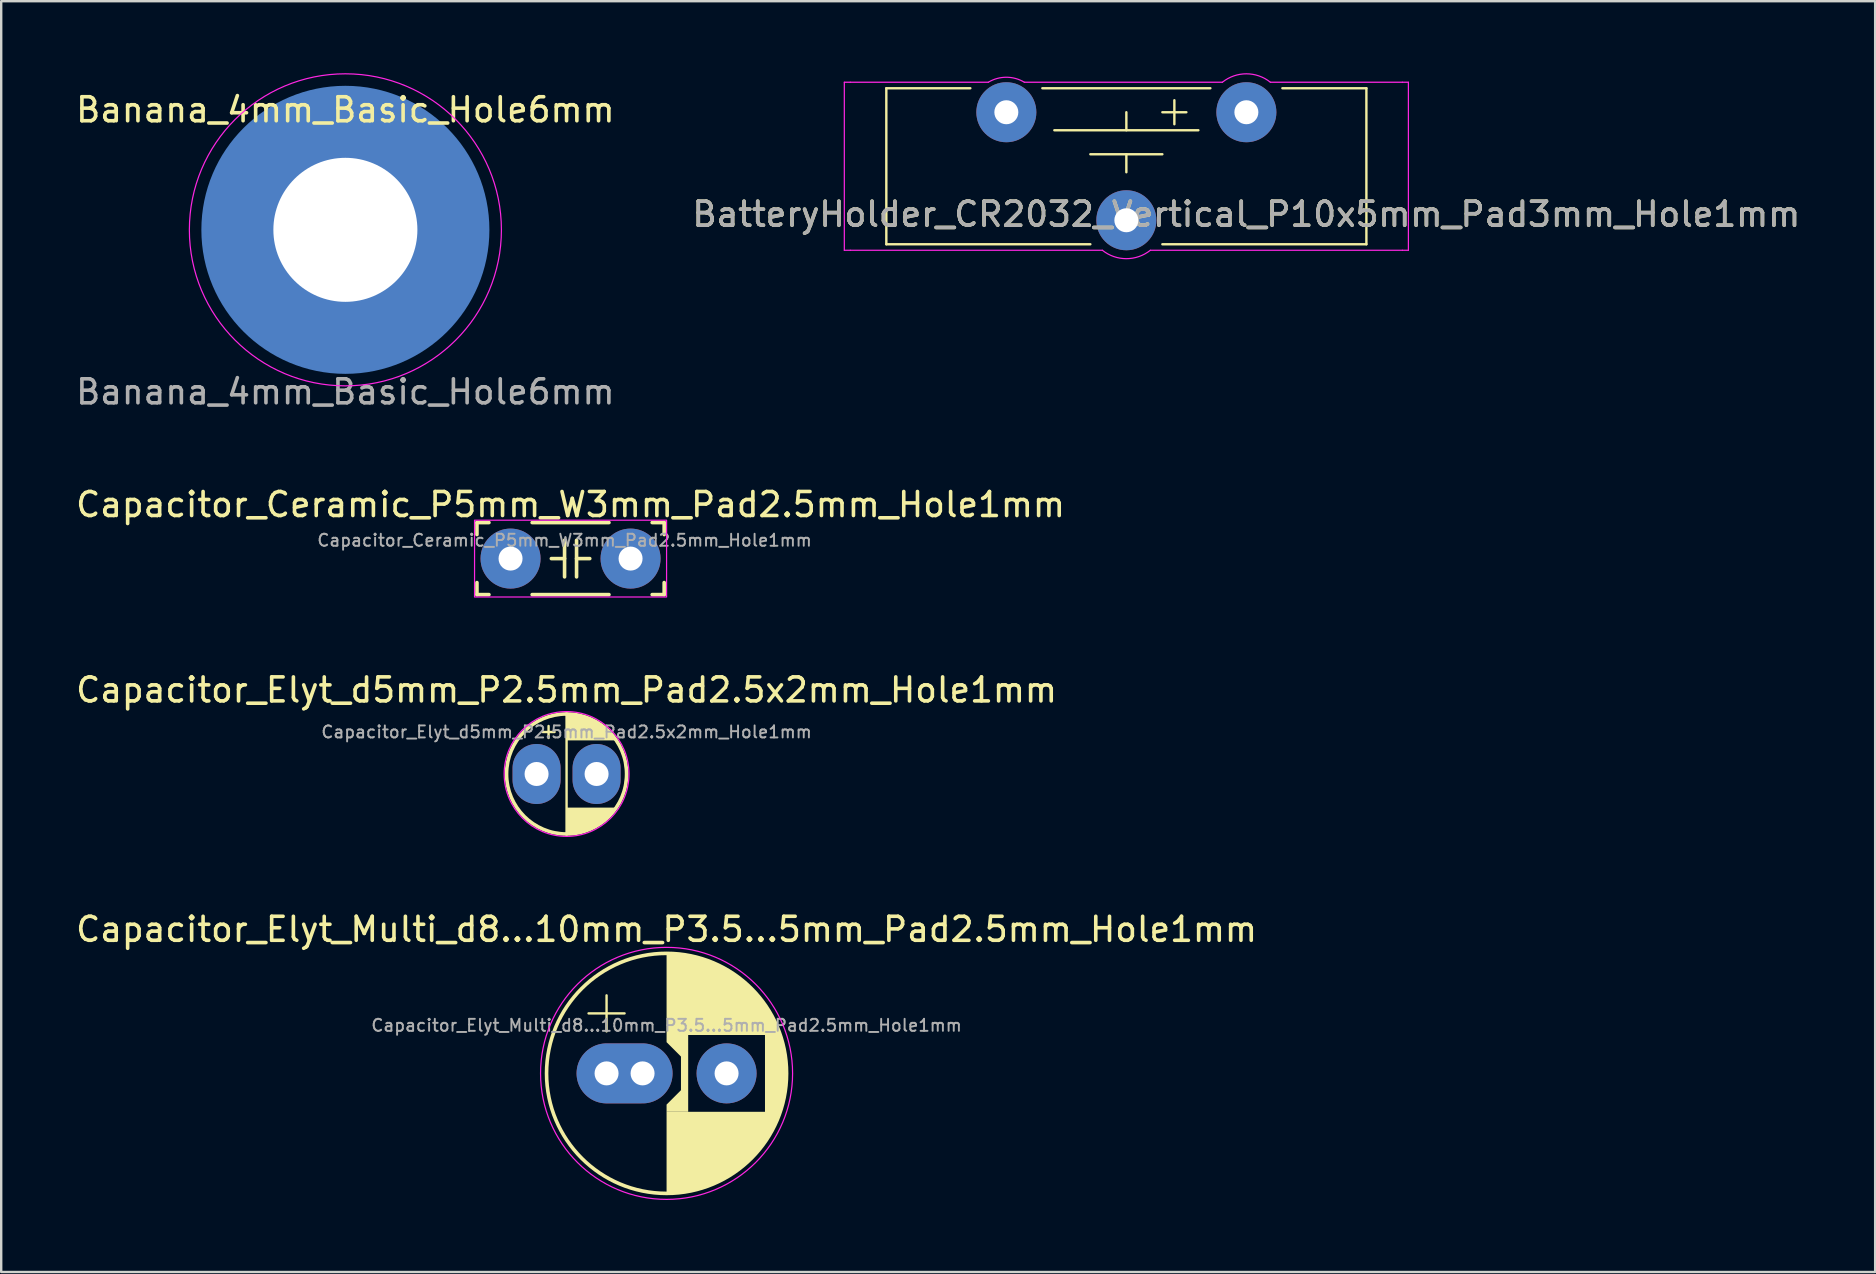
<source format=kicad_pcb>
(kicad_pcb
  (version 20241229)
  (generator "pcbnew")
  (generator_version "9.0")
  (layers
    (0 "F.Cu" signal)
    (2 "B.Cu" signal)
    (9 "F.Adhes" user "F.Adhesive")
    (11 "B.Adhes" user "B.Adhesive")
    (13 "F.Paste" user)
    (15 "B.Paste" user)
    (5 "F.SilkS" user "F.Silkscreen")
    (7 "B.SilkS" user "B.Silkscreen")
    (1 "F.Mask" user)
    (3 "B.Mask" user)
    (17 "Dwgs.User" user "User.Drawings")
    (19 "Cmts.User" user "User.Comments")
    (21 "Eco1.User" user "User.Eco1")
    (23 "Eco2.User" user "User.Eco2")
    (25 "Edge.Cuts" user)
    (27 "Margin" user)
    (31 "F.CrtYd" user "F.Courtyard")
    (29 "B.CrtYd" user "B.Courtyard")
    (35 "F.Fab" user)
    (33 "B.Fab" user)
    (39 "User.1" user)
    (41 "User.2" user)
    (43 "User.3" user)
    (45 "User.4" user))
  (footprint "Banana_4mm_Basic_Hole6mm"
    (layer "F.Cu")
    (at 11.339 6.525)
    (property "Reference" "Banana_4mm_Basic_Hole6mm" (at 0 -5 0) (unlocked yes) (layer "F.SilkS") (effects (font (size 1 1) (thickness 0.15))))
    (fp_circle (center 0 0) (end 6.5 0) (stroke (width 0.05) (type default)) (fill no) (layer "F.CrtYd"))
    (fp_text user "${REFERENCE}" (at 0 6.75 0) (unlocked yes) (layer "F.Fab") (effects (font (size 1 1) (thickness 0.15))))
    (pad "1" thru_hole circle (at 0 0) (size 8 8) (drill 6) (layers "*.Cu" "*.Mask"))
    (pad "1" smd circle (at 0 0) (size 12 12) (layers "B.Cu" "B.Mask" "B.Paste")))
  (footprint "BatteryHolder_CR2032_Vertical_P10x5mm_Pad3mm_Hole1mm"
    (layer "F.Cu")
    (at 38.875 1.626)
    (property "Reference" "BatteryHolder_CR2032_Vertical_P10x5mm_Pad3mm_Hole1mm" (at 10 4.25 0) (layer "F.SilkS") (effects (font (size 1 1) (thickness 0.15))))
    (attr through_hole)
    (fp_line (start -5 -1) (end -5 5.5) (stroke (width 0.1) (type default)) (layer "F.SilkS"))
    (fp_line (start -5 5.5) (end 3.5 5.5) (stroke (width 0.1) (type default)) (layer "F.SilkS"))
    (fp_line (start -1.5 -1) (end -5 -1) (stroke (width 0.1) (type default)) (layer "F.SilkS"))
    (fp_line (start 1.5 -1) (end 8.5 -1) (stroke (width 0.1) (type default)) (layer "F.SilkS"))
    (fp_line (start 2 0.75) (end 8 0.75) (stroke (width 0.1) (type default)) (layer "F.SilkS"))
    (fp_line (start 3.5 1.75) (end 6.5 1.75) (stroke (width 0.1) (type default)) (layer "F.SilkS"))
    (fp_line (start 5 0.75) (end 5 0) (stroke (width 0.1) (type default)) (layer "F.SilkS"))
    (fp_line (start 5 1.75) (end 5 2.5) (stroke (width 0.1) (type default)) (layer "F.SilkS"))
    (fp_line (start 6.5 0) (end 7.5 0) (stroke (width 0.1) (type default)) (layer "F.SilkS"))
    (fp_line (start 6.5 5.5) (end 15 5.5) (stroke (width 0.1) (type default)) (layer "F.SilkS"))
    (fp_line (start 7 -0.5) (end 7 0.5) (stroke (width 0.1) (type default)) (layer "F.SilkS"))
    (fp_line (start 15 -1) (end 11.5 -1) (stroke (width 0.1) (type default)) (layer "F.SilkS"))
    (fp_line (start 15 -1) (end 15 5.5) (stroke (width 0.1) (type default)) (layer "F.SilkS"))
    (fp_line (start -6.75 -1.25) (end -6.75 5.75) (stroke (width 0.05) (type default)) (layer "F.CrtYd"))
    (fp_line (start -6.75 5.75) (end -6.5 5.75) (stroke (width 0.05) (type default)) (layer "F.CrtYd"))
    (fp_line (start -6.5 -1.25) (end -6.75 -1.25) (stroke (width 0.05) (type default)) (layer "F.CrtYd"))
    (fp_line (start -6.5 -1.25) (end -0.75 -1.25) (stroke (width 0.05) (type default)) (layer "F.CrtYd"))
    (fp_line (start -6.5 5.75) (end 4 5.75) (stroke (width 0.05) (type default)) (layer "F.CrtYd"))
    (fp_line (start 0.75 -1.25) (end 9 -1.25) (stroke (width 0.05) (type default)) (layer "F.CrtYd"))
    (fp_line (start 6 5.75) (end 16.5 5.75) (stroke (width 0.05) (type default)) (layer "F.CrtYd"))
    (fp_line (start 11 -1.25) (end 16.5 -1.25) (stroke (width 0.05) (type default)) (layer "F.CrtYd"))
    (fp_line (start 16.5 -1.25) (end 16.75 -1.25) (stroke (width 0.05) (type default)) (layer "F.CrtYd"))
    (fp_line (start 16.75 -1.25) (end 16.75 5.75) (stroke (width 0.05) (type default)) (layer "F.CrtYd"))
    (fp_line (start 16.75 5.75) (end 16.5 5.75) (stroke (width 0.05) (type default)) (layer "F.CrtYd"))
    (fp_arc (start -0.749999 -1.249999) (mid 0 -1.457737) (end 0.749999 -1.249999) (stroke (width 0.05) (type default)) (layer "F.CrtYd"))
    (fp_arc (start 6 5.75) (mid 5 6.100781) (end 4 5.75) (stroke (width 0.05) (type default)) (layer "F.CrtYd"))
    (fp_arc (start 9 -1.25) (mid 10 -1.600781) (end 11 -1.25) (stroke (width 0.05) (type default)) (layer "F.CrtYd"))
    (fp_text user "${REFERENCE}" (at 10 4.25 0) (layer "F.Fab") (effects (font (size 1 1) (thickness 0.15))))
    (pad "1" thru_hole circle (at 0 0) (size 2.5 2.5) (drill 1) (layers "*.Cu" "*.Mask"))
    (pad "1" thru_hole circle (at 10 0) (size 2.5 2.5) (drill 1) (layers "*.Cu" "*.Mask"))
    (pad "2" thru_hole circle (at 5 4.5) (size 2.5 2.5) (drill 1) (layers "*.Cu" "*.Mask")))
  (footprint "Capacitor_Ceramic_P5mm_W3mm_Pad2.5mm_Hole1mm"
    (layer "F.Cu")
    (at 18.22 20.221)
    (property "Reference" "Capacitor_Ceramic_P5mm_W3mm_Pad2.5mm_Hole1mm" (at 2.5 -2.25 0) (layer "F.SilkS") (effects (font (size 1 1) (thickness 0.15))))
    (attr through_hole)
    (fp_line (start -1.4 -1.5) (end -1.4 -1) (stroke (width 0.15) (type default)) (layer "F.SilkS"))
    (fp_line (start -1.4 1) (end -1.4 1.5) (stroke (width 0.15) (type default)) (layer "F.SilkS"))
    (fp_line (start -1.4 1.5) (end -0.9 1.5) (stroke (width 0.15) (type default)) (layer "F.SilkS"))
    (fp_line (start -0.9 -1.5) (end -1.4 -1.5) (stroke (width 0.15) (type default)) (layer "F.SilkS"))
    (fp_line (start 0.9 -1.5) (end 4.1 -1.5) (stroke (width 0.15) (type default)) (layer "F.SilkS"))
    (fp_line (start 0.9 1.5) (end 4.1 1.5) (stroke (width 0.15) (type default)) (layer "F.SilkS"))
    (fp_line (start 1.7 0) (end 2.25 0) (stroke (width 0.15) (type default)) (layer "F.SilkS"))
    (fp_line (start 2.25 0.762) (end 2.25 -0.762) (stroke (width 0.15) (type default)) (layer "F.SilkS"))
    (fp_line (start 2.75 -0.762) (end 2.75 0.762) (stroke (width 0.15) (type default)) (layer "F.SilkS"))
    (fp_line (start 3.3 0) (end 2.75 0) (stroke (width 0.15) (type default)) (layer "F.SilkS"))
    (fp_line (start 5.9 1.5) (end 6.4 1.5) (stroke (width 0.15) (type default)) (layer "F.SilkS"))
    (fp_line (start 6.4 -1.5) (end 5.9 -1.5) (stroke (width 0.15) (type default)) (layer "F.SilkS"))
    (fp_line (start 6.4 -1) (end 6.4 -1.5) (stroke (width 0.15) (type default)) (layer "F.SilkS"))
    (fp_line (start 6.4 1.5) (end 6.4 1) (stroke (width 0.15) (type default)) (layer "F.SilkS"))
    (fp_rect (start -1.5 -1.6) (end 6.5 1.6) (stroke (width 0.05) (type default)) (fill no) (layer "F.CrtYd"))
    (fp_text user "${REFERENCE}" (at 2.25 -0.762 0) (layer "F.Fab") (effects (font (size 0.5 0.5) (thickness 0.08))))
    (pad "1" thru_hole circle (at 0 0 90) (size 2.5 2.5) (drill 1) (layers "*.Cu" "*.Mask"))
    (pad "2" thru_hole circle (at 5 0 90) (size 2.5 2.5) (drill 1) (layers "*.Cu" "*.Mask")))
  (footprint "Capacitor_Elyt_d5mm_P2.5mm_Pad2.5x2mm_Hole1mm"
    (layer "F.Cu")
    (at 19.304 29.195)
    (property "Reference" "Capacitor_Elyt_d5mm_P2.5mm_Pad2.5x2mm_Hole1mm" (at 1.25 -3.5 0) (layer "F.SilkS") (effects (font (size 1 1) (thickness 0.15))))
    (attr through_hole)
    (fp_line (start 0.5 -2) (end 0.5 -1.5) (stroke (width 0.1) (type default)) (layer "F.SilkS"))
    (fp_line (start 0.75 -1.75) (end 0.25 -1.75) (stroke (width 0.1) (type default)) (layer "F.SilkS"))
    (fp_line (start 1.25 2.5) (end 1.25 -2.5) (stroke (width 0.1) (type default)) (layer "F.SilkS"))
    (fp_arc (start 1.25 -2.5) (mid 3.75 0) (end 1.25 2.5) (stroke (width 0.15) (type default)) (layer "F.SilkS"))
    (fp_arc (start 1.25 2.5) (mid -1.25 0) (end 1.25 -2.5) (stroke (width 0.15) (type default)) (layer "F.SilkS"))
    (fp_poly (pts (xy 1.25 -1.4) (xy 1.25 -2.5) (xy 1.407 -2.498) (xy 1.719 -2.458) (xy 2.023 -2.38) (xy 2.316 -2.264) (xy 2.591 -2.113) (xy 2.845 -1.928) (xy 3.074 -1.713) (xy 3.275 -1.471) (xy 3.443 -1.206) (xy 3.577 -0.921) (xy 3.674 -0.622) (xy 3.733 -0.314) (xy 3.752 0) (xy 3.733 0.314) (xy 3.674 0.622) (xy 3.577 0.921) (xy 3.443 1.206) (xy 3.275 1.471) (xy 3.074 1.713) (xy 2.845 1.928) (xy 2.591 2.113) (xy 2.316 2.264) (xy 2.023 2.38) (xy 1.719 2.458) (xy 1.407 2.498) (xy 1.25 2.5) (xy 1.25 1.4) (xy 3.25 1.4) (xy 3.45 1.1) (xy 3.65 0.6) (xy 3.7 0) (xy 3.65 -0.6) (xy 3.45 -1.1) (xy 3.25 -1.4)) (stroke (width 0.001) (type solid)) (fill yes) (layer "F.SilkS"))
    (fp_circle (center 1.25 0) (end 1.25 -2.6) (stroke (width 0.05) (type default)) (fill no) (layer "F.CrtYd"))
    (fp_text user "${REFERENCE}" (at 1.25 -1.75 0) (layer "F.Fab") (effects (font (size 0.5 0.5) (thickness 0.08) (bold yes))))
    (pad "1" thru_hole oval (at 0 0 90) (size 2.5 2) (drill 1) (layers "*.Cu" "*.Mask"))
    (pad "2" thru_hole oval (at 2.5 0 90) (size 2.5 2) (drill 1) (layers "*.Cu" "*.Mask")))
  (footprint "Capacitor_Elyt_Multi_d8...10mm_P3.5...5mm_Pad2.5mm_Hole1mm"
    (layer "F.Cu")
    (at 22.22 41.668)
    (property "Reference" "Capacitor_Elyt_Multi_d8...10mm_P3.5...5mm_Pad2.5mm_Hole1mm" (at 2.5 -6 0) (layer "F.SilkS") (effects (font (size 1 1) (thickness 0.15))))
    (attr through_hole)
    (fp_line (start -0.75 -2.5) (end 0.75 -2.5) (stroke (width 0.1) (type default)) (layer "F.SilkS"))
    (fp_line (start 0 -3.25) (end 0 -1.75) (stroke (width 0.1) (type default)) (layer "F.SilkS"))
    (fp_circle (center 2.5 0) (end 2.5 -5) (stroke (width 0.15) (type default)) (fill no) (layer "F.SilkS"))
    (fp_poly (pts (xy 2.5 1.6) (xy 2.5 1.3) (xy 3.1 0.7) (xy 3.1 -0.7) (xy 2.5 -1.3) (xy 2.5 -1.6) (xy 3.4 -1.6) (xy 3.4 1.6)) (stroke (width 0.001) (type solid)) (fill yes) (layer "F.SilkS"))
    (fp_poly (pts (xy 2.5 1.6) (xy 2.5 5) (xy 2.724 4.997) (xy 3.172 4.957) (xy 3.613 4.877) (xy 4.046 4.758) (xy 4.466 4.6) (xy 4.871 4.405) (xy 5.256 4.175) (xy 5.619 3.911) (xy 5.957 3.616) (xy 6.267 3.291) (xy 6.547 2.94) (xy 6.794 2.566) (xy 7.007 2.171) (xy 7.184 1.758) (xy 7.322 1.331) (xy 7.422 0.893) (xy 7.482 0.448) (xy 7.503 0) (xy 7.482 -0.448) (xy 7.422 -0.893) (xy 7.322 -1.331) (xy 7.184 -1.758) (xy 7.007 -2.171) (xy 6.794 -2.566) (xy 6.547 -2.94) (xy 6.267 -3.291) (xy 5.957 -3.616) (xy 5.619 -3.911) (xy 5.256 -4.175) (xy 4.871 -4.405) (xy 4.466 -4.6) (xy 4.046 -4.758) (xy 3.613 -4.877) (xy 3.172 -4.957) (xy 2.724 -4.997) (xy 2.5 -5) (xy 2.5 -1.6) (xy 6.6 -1.6) (xy 6.6 1.6)) (stroke (width 0.001) (type solid)) (fill yes) (layer "F.SilkS"))
    (fp_circle (center 2.5 0) (end 2.5 -5.25) (stroke (width 0.05) (type default)) (fill no) (layer "F.CrtYd"))
    (fp_text user "${REFERENCE}" (at 2.5 -2 0) (layer "F.Fab") (effects (font (size 0.5 0.5) (thickness 0.08))))
    (pad "1" thru_hole circle (at 0 0 90) (size 1.5 1.5) (drill 1) (layers "*.Cu" "*.Mask"))
    (pad "1" thru_hole oval (at 1.5 0 90) (size 2.5 4) (drill 1 (offset 0 -0.75)) (layers "*.Cu" "*.Mask"))
    (pad "2" thru_hole circle (at 5 0 180) (size 2.5 2.5) (drill 1) (layers "*.Cu" "*.Mask")))
  (gr_rect
    (start -3 -3)
    (end 75.071 49.943)
    (stroke (width 0.1) (type default))
    (fill no)
    (layer "Edge.Cuts")))
</source>
